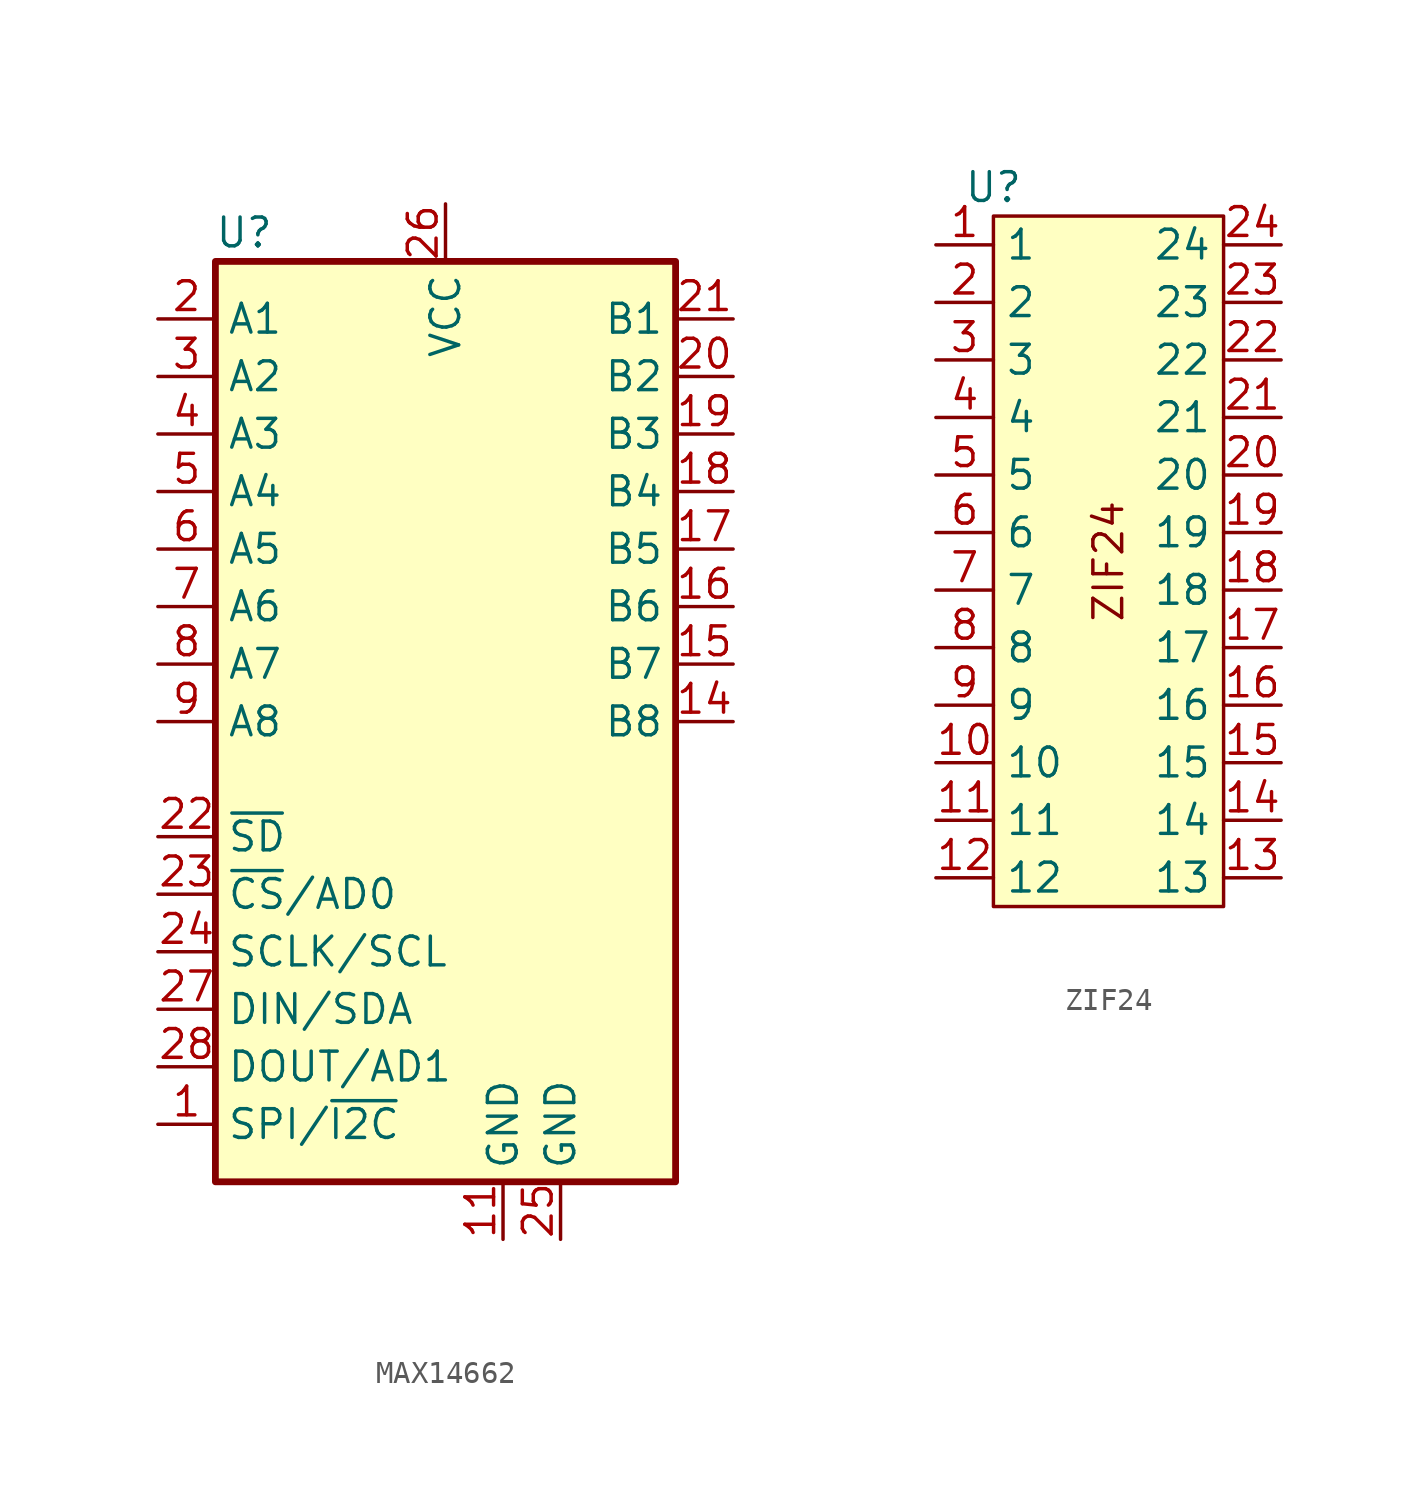
<source format=kicad_sym>
(kicad_symbol_lib
  (version 20220914)
  (generator kicad_symbol_editor)
  (symbol "MAX14662"
    (pin_names
      (offset 0.5))
    (property "Reference" "U"
      (at 1.27 1.27 0)
      (effects (font (size 1.27 1.27))))
    (property "Value" ""
      (at 19.05 0 0)
      (effects (font (size 1.27 1.27))))
    (symbol "MAX14662_1_1"
      (rectangle (start 0 0) (end 20.32 -40.64) (stroke (width 0.3) (type default)) (fill (type background)))
      (pin input line (at -2.54 -38.1 0) (length 2.54) (name "SPI/~{I2C}" (effects (font (size 1.27 1.27)))) (number "1" (effects (font (size 1.27 1.27)))))
      (pin power_in line (at 12.7 -43.18 90) (length 2.54) (name "GND" (effects (font (size 1.27 1.27)))) (number "11" (effects (font (size 1.27 1.27)))))
      (pin passive line (at 22.86 -20.32 180) (length 2.54) (name "B8" (effects (font (size 1.27 1.27)))) (number "14" (effects (font (size 1.27 1.27)))))
      (pin passive line (at 22.86 -17.78 180) (length 2.54) (name "B7" (effects (font (size 1.27 1.27)))) (number "15" (effects (font (size 1.27 1.27)))))
      (pin passive line (at 22.86 -15.24 180) (length 2.54) (name "B6" (effects (font (size 1.27 1.27)))) (number "16" (effects (font (size 1.27 1.27)))))
      (pin passive line (at 22.86 -12.7 180) (length 2.54) (name "B5" (effects (font (size 1.27 1.27)))) (number "17" (effects (font (size 1.27 1.27)))))
      (pin passive line (at 22.86 -10.16 180) (length 2.54) (name "B4" (effects (font (size 1.27 1.27)))) (number "18" (effects (font (size 1.27 1.27)))))
      (pin passive line (at 22.86 -7.62 180) (length 2.54) (name "B3" (effects (font (size 1.27 1.27)))) (number "19" (effects (font (size 1.27 1.27)))))
      (pin passive line (at -2.54 -2.54 0) (length 2.54) (name "A1" (effects (font (size 1.27 1.27)))) (number "2" (effects (font (size 1.27 1.27)))))
      (pin passive line (at 22.86 -5.08 180) (length 2.54) (name "B2" (effects (font (size 1.27 1.27)))) (number "20" (effects (font (size 1.27 1.27)))))
      (pin passive line (at 22.86 -2.54 180) (length 2.54) (name "B1" (effects (font (size 1.27 1.27)))) (number "21" (effects (font (size 1.27 1.27)))))
      (pin input line (at -2.54 -25.4 0) (length 2.54) (name "~{SD}" (effects (font (size 1.27 1.27)))) (number "22" (effects (font (size 1.27 1.27)))))
      (pin input line (at -2.54 -27.94 0) (length 2.54) (name "~{CS}/AD0" (effects (font (size 1.27 1.27)))) (number "23" (effects (font (size 1.27 1.27)))))
      (pin input line (at -2.54 -30.48 0) (length 2.54) (name "SCLK/SCL" (effects (font (size 1.27 1.27)))) (number "24" (effects (font (size 1.27 1.27)))))
      (pin power_in line (at 15.24 -43.18 90) (length 2.54) (name "GND" (effects (font (size 1.27 1.27)))) (number "25" (effects (font (size 1.27 1.27)))))
      (pin power_in line (at 10.16 2.54 270) (length 2.54) (name "VCC" (effects (font (size 1.27 1.27)))) (number "26" (effects (font (size 1.27 1.27)))))
      (pin input line (at -2.54 -33.02 0) (length 2.54) (name "DIN/SDA" (effects (font (size 1.27 1.27)))) (number "27" (effects (font (size 1.27 1.27)))))
      (pin bidirectional line (at -2.54 -35.56 0) (length 2.54) (name "DOUT/AD1" (effects (font (size 1.27 1.27)))) (number "28" (effects (font (size 1.27 1.27)))))
      (pin passive line (at 15.24 -43.18 90) (length 2.54) hide (name "GND" (effects (font (size 1.27 1.27)))) (number "29" (effects (font (size 1.27 1.27)))))
      (pin passive line (at -2.54 -5.08 0) (length 2.54) (name "A2" (effects (font (size 1.27 1.27)))) (number "3" (effects (font (size 1.27 1.27)))))
      (pin passive line (at -2.54 -7.62 0) (length 2.54) (name "A3" (effects (font (size 1.27 1.27)))) (number "4" (effects (font (size 1.27 1.27)))))
      (pin passive line (at -2.54 -10.16 0) (length 2.54) (name "A4" (effects (font (size 1.27 1.27)))) (number "5" (effects (font (size 1.27 1.27)))))
      (pin passive line (at -2.54 -12.7 0) (length 2.54) (name "A5" (effects (font (size 1.27 1.27)))) (number "6" (effects (font (size 1.27 1.27)))))
      (pin passive line (at -2.54 -15.24 0) (length 2.54) (name "A6" (effects (font (size 1.27 1.27)))) (number "7" (effects (font (size 1.27 1.27)))))
      (pin passive line (at -2.54 -17.78 0) (length 2.54) (name "A7" (effects (font (size 1.27 1.27)))) (number "8" (effects (font (size 1.27 1.27)))))
      (pin passive line (at -2.54 -20.32 0) (length 2.54) (name "A8" (effects (font (size 1.27 1.27)))) (number "9" (effects (font (size 1.27 1.27)))))))
  (symbol "ZIF24"
    (property "Reference" "U"
      (at 0 1.27 0)
      (effects (font (size 1.27 1.27))))
    (property "Value" ""
      (at 0 0 0)
      (effects (font (size 1.27 1.27))))
    (symbol "ZIF24_1_1"
      (rectangle (start 0 0) (end 10.16 -30.48) (stroke (width 0) (type default)) (fill (type background)))
      (text "ZIF24" (at 5.08 -15.24 900) (effects (font (size 1.27 1.27))))
      (pin passive line (at -2.54 -1.27 0) (length 2.54) (name "1" (effects (font (size 1.27 1.27)))) (number "1" (effects (font (size 1.27 1.27)))))
      (pin passive line (at -2.54 -24.13 0) (length 2.54) (name "10" (effects (font (size 1.27 1.27)))) (number "10" (effects (font (size 1.27 1.27)))))
      (pin passive line (at -2.54 -26.67 0) (length 2.54) (name "11" (effects (font (size 1.27 1.27)))) (number "11" (effects (font (size 1.27 1.27)))))
      (pin passive line (at -2.54 -29.21 0) (length 2.54) (name "12" (effects (font (size 1.27 1.27)))) (number "12" (effects (font (size 1.27 1.27)))))
      (pin passive line (at 12.7 -29.21 180) (length 2.54) (name "13" (effects (font (size 1.27 1.27)))) (number "13" (effects (font (size 1.27 1.27)))))
      (pin passive line (at 12.7 -26.67 180) (length 2.54) (name "14" (effects (font (size 1.27 1.27)))) (number "14" (effects (font (size 1.27 1.27)))))
      (pin passive line (at 12.7 -24.13 180) (length 2.54) (name "15" (effects (font (size 1.27 1.27)))) (number "15" (effects (font (size 1.27 1.27)))))
      (pin passive line (at 12.7 -21.59 180) (length 2.54) (name "16" (effects (font (size 1.27 1.27)))) (number "16" (effects (font (size 1.27 1.27)))))
      (pin passive line (at 12.7 -19.05 180) (length 2.54) (name "17" (effects (font (size 1.27 1.27)))) (number "17" (effects (font (size 1.27 1.27)))))
      (pin passive line (at 12.7 -16.51 180) (length 2.54) (name "18" (effects (font (size 1.27 1.27)))) (number "18" (effects (font (size 1.27 1.27)))))
      (pin passive line (at 12.7 -13.97 180) (length 2.54) (name "19" (effects (font (size 1.27 1.27)))) (number "19" (effects (font (size 1.27 1.27)))))
      (pin passive line (at -2.54 -3.81 0) (length 2.54) (name "2" (effects (font (size 1.27 1.27)))) (number "2" (effects (font (size 1.27 1.27)))))
      (pin passive line (at 12.7 -11.43 180) (length 2.54) (name "20" (effects (font (size 1.27 1.27)))) (number "20" (effects (font (size 1.27 1.27)))))
      (pin passive line (at 12.7 -8.89 180) (length 2.54) (name "21" (effects (font (size 1.27 1.27)))) (number "21" (effects (font (size 1.27 1.27)))))
      (pin passive line (at 12.7 -6.35 180) (length 2.54) (name "22" (effects (font (size 1.27 1.27)))) (number "22" (effects (font (size 1.27 1.27)))))
      (pin passive line (at 12.7 -3.81 180) (length 2.54) (name "23" (effects (font (size 1.27 1.27)))) (number "23" (effects (font (size 1.27 1.27)))))
      (pin passive line (at 12.7 -1.27 180) (length 2.54) (name "24" (effects (font (size 1.27 1.27)))) (number "24" (effects (font (size 1.27 1.27)))))
      (pin passive line (at -2.54 -6.35 0) (length 2.54) (name "3" (effects (font (size 1.27 1.27)))) (number "3" (effects (font (size 1.27 1.27)))))
      (pin passive line (at -2.54 -8.89 0) (length 2.54) (name "4" (effects (font (size 1.27 1.27)))) (number "4" (effects (font (size 1.27 1.27)))))
      (pin passive line (at -2.54 -11.43 0) (length 2.54) (name "5" (effects (font (size 1.27 1.27)))) (number "5" (effects (font (size 1.27 1.27)))))
      (pin passive line (at -2.54 -13.97 0) (length 2.54) (name "6" (effects (font (size 1.27 1.27)))) (number "6" (effects (font (size 1.27 1.27)))))
      (pin passive line (at -2.54 -16.51 0) (length 2.54) (name "7" (effects (font (size 1.27 1.27)))) (number "7" (effects (font (size 1.27 1.27)))))
      (pin passive line (at -2.54 -19.05 0) (length 2.54) (name "8" (effects (font (size 1.27 1.27)))) (number "8" (effects (font (size 1.27 1.27)))))
      (pin passive line (at -2.54 -21.59 0) (length 2.54) (name "9" (effects (font (size 1.27 1.27)))) (number "9" (effects (font (size 1.27 1.27))))))))
</source>
